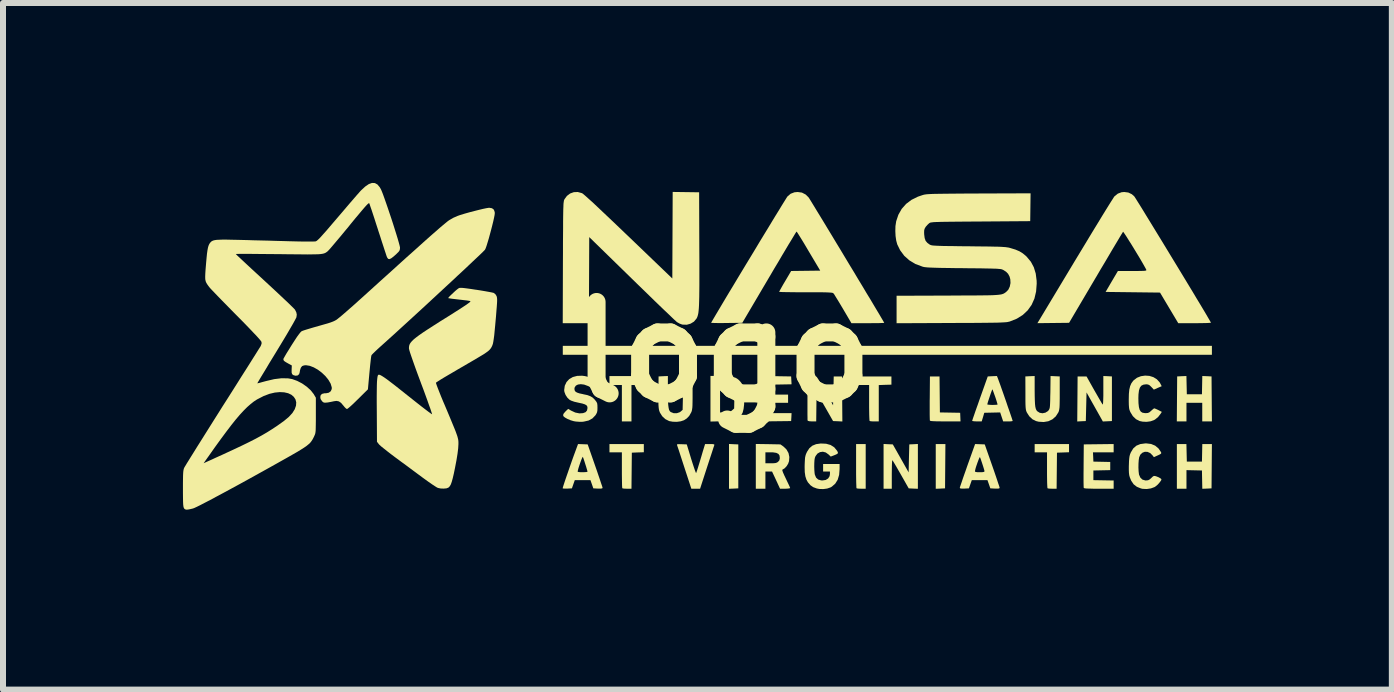
<source format=kicad_pcb>
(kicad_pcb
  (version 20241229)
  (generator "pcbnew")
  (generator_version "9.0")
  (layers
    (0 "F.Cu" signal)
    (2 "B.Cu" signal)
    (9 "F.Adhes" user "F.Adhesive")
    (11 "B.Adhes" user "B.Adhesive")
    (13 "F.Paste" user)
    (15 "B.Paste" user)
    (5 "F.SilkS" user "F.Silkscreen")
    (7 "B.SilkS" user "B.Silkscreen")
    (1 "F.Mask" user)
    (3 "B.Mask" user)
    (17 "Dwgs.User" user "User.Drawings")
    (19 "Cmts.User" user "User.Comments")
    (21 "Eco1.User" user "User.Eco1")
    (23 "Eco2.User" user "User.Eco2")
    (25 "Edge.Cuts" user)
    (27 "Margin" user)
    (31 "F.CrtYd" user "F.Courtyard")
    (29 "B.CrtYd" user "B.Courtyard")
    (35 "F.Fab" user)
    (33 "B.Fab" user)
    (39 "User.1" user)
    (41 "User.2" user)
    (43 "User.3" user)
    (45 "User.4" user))
  (footprint "logo"
    (layer "F.Cu")
    (at 9.001 2.819)
    (property "Reference" "logo" (at 0 0 0) (layer "F.SilkS") (effects (font (size 1.524 1.524) (thickness 0.3))))
    (attr board_only exclude_from_pos_files exclude_from_bom)
    (fp_poly (pts (xy 8.154 0.046) (xy -2.668 0.046) (xy -2.668 -0.103) (xy 8.154 -0.103)) (stroke (width 0) (type solid)) (fill yes) (layer "F.SilkS"))
    (fp_poly (pts (xy 3.705 2.273) (xy 3.627 2.277) (xy 3.55 2.28) (xy 3.55 1.535) (xy 3.711 1.535)) (stroke (width 0) (type solid)) (fill yes) (layer "F.SilkS"))
    (fp_poly (pts (xy 0.18 1.537) (xy 0.258 1.54) (xy 0.258 2.273) (xy 0.18 2.277) (xy 0.103 2.28) (xy 0.103 1.533)) (stroke (width 0) (type solid)) (fill yes) (layer "F.SilkS"))
    (fp_poly (pts (xy -1.317 0.55) (xy -1.523 0.55) (xy -1.523 1.157) (xy -1.683 1.157) (xy -1.683 0.55) (xy -1.89 0.55) (xy -1.89 0.401) (xy -1.317 0.401)) (stroke (width 0) (type solid)) (fill yes) (layer "F.SilkS"))
    (fp_poly (pts (xy 2.382 2.279) (xy 2.309 2.279) (xy 2.271 2.278) (xy 2.241 2.275) (xy 2.229 2.271) (xy 2.227 2.258) (xy 2.226 2.225) (xy 2.224 2.175) (xy 2.223 2.11) (xy 2.222 2.034) (xy 2.222 1.948) (xy 2.222 1.899) (xy 2.222 1.535) (xy 2.382 1.535)) (stroke (width 0) (type solid)) (fill yes) (layer "F.SilkS"))
    (fp_poly (pts (xy 0.89 0.403) (xy 1.139 0.407) (xy 1.146 0.538) (xy 0.977 0.541) (xy 0.807 0.544) (xy 0.801 0.71) (xy 1.088 0.71) (xy 1.088 0.847) (xy 0.802 0.847) (xy 0.802 1.019) (xy 1.146 1.019) (xy 1.143 1.085) (xy 1.139 1.151) (xy 0.641 1.157) (xy 0.641 0.4)) (stroke (width 0) (type solid)) (fill yes) (layer "F.SilkS"))
    (fp_poly (pts (xy 8.071 0.403) (xy 8.148 0.407) (xy 8.154 1.157) (xy 7.993 1.157) (xy 7.993 0.847) (xy 7.73 0.847) (xy 7.73 1.157) (xy 7.569 1.157) (xy 7.572 0.782) (xy 7.575 0.407) (xy 7.652 0.403) (xy 7.729 0.4) (xy 7.736 0.704) (xy 7.988 0.704) (xy 7.994 0.4)) (stroke (width 0) (type solid)) (fill yes) (layer "F.SilkS"))
    (fp_poly (pts (xy 7.736 1.827) (xy 7.988 1.827) (xy 7.994 1.535) (xy 8.154 1.535) (xy 8.151 1.904) (xy 8.148 2.273) (xy 8.071 2.277) (xy 7.994 2.28) (xy 7.991 2.128) (xy 7.988 1.975) (xy 7.859 1.972) (xy 7.73 1.969) (xy 7.73 2.279) (xy 7.57 2.279) (xy 7.57 1.535) (xy 7.729 1.535)) (stroke (width 0) (type solid)) (fill yes) (layer "F.SilkS"))
    (fp_poly (pts (xy 5.772 1.671) (xy 5.571 1.678) (xy 5.568 1.978) (xy 5.565 2.279) (xy 5.493 2.279) (xy 5.454 2.278) (xy 5.425 2.275) (xy 5.413 2.271) (xy 5.411 2.258) (xy 5.409 2.225) (xy 5.407 2.176) (xy 5.406 2.113) (xy 5.405 2.039) (xy 5.405 1.968) (xy 5.405 1.672) (xy 5.199 1.672) (xy 5.199 1.535) (xy 5.772 1.535)) (stroke (width 0) (type solid)) (fill yes) (layer "F.SilkS"))
    (fp_poly (pts (xy -1.317 1.671) (xy -1.417 1.674) (xy -1.517 1.678) (xy -1.52 1.978) (xy -1.523 2.279) (xy -1.596 2.279) (xy -1.635 2.278) (xy -1.664 2.275) (xy -1.676 2.271) (xy -1.678 2.258) (xy -1.68 2.225) (xy -1.681 2.176) (xy -1.682 2.113) (xy -1.683 2.039) (xy -1.683 1.968) (xy -1.683 1.672) (xy -1.89 1.672) (xy -1.89 1.535) (xy -1.317 1.535)) (stroke (width 0) (type solid)) (fill yes) (layer "F.SilkS"))
    (fp_poly (pts (xy 2.811 0.544) (xy 2.705 0.547) (xy 2.6 0.551) (xy 2.6 1.157) (xy 2.527 1.157) (xy 2.488 1.156) (xy 2.459 1.153) (xy 2.447 1.149) (xy 2.445 1.136) (xy 2.443 1.103) (xy 2.441 1.054) (xy 2.44 0.991) (xy 2.439 0.917) (xy 2.439 0.846) (xy 2.439 0.55) (xy 2.232 0.55) (xy 2.235 0.478) (xy 2.239 0.407) (xy 2.811 0.407)) (stroke (width 0) (type solid)) (fill yes) (layer "F.SilkS"))
    (fp_poly (pts (xy 3.616 0.707) (xy 3.619 1.007) (xy 3.957 1.013) (xy 3.96 1.085) (xy 3.963 1.157) (xy 3.711 1.157) (xy 3.623 1.156) (xy 3.556 1.155) (xy 3.508 1.153) (xy 3.476 1.151) (xy 3.458 1.147) (xy 3.452 1.142) (xy 3.451 1.128) (xy 3.45 1.093) (xy 3.449 1.041) (xy 3.449 0.975) (xy 3.449 0.898) (xy 3.449 0.812) (xy 3.45 0.767) (xy 3.453 0.407) (xy 3.613 0.407)) (stroke (width 0) (type solid)) (fill yes) (layer "F.SilkS"))
    (fp_poly (pts (xy 6.416 0.403) (xy 6.487 0.407) (xy 6.487 1.151) (xy 6.336 1.158) (xy 6.2 0.916) (xy 6.064 0.674) (xy 6.052 1.151) (xy 5.981 1.154) (xy 5.909 1.158) (xy 5.912 0.782) (xy 5.915 0.407) (xy 6.064 0.407) (xy 6.192 0.635) (xy 6.23 0.701) (xy 6.264 0.76) (xy 6.293 0.81) (xy 6.315 0.848) (xy 6.329 0.87) (xy 6.332 0.875) (xy 6.337 0.87) (xy 6.34 0.845) (xy 6.342 0.799) (xy 6.344 0.733) (xy 6.344 0.644) (xy 6.344 0.4)) (stroke (width 0) (type solid)) (fill yes) (layer "F.SilkS"))
    (fp_poly (pts (xy 3.252 2.28) (xy 3.176 2.277) (xy 3.099 2.273) (xy 2.969 2.044) (xy 2.931 1.978) (xy 2.897 1.919) (xy 2.868 1.869) (xy 2.845 1.831) (xy 2.831 1.809) (xy 2.828 1.804) (xy 2.824 1.811) (xy 2.821 1.84) (xy 2.819 1.889) (xy 2.818 1.956) (xy 2.817 2.036) (xy 2.817 2.279) (xy 2.68 2.279) (xy 2.68 1.533) (xy 2.757 1.537) (xy 2.834 1.54) (xy 2.966 1.773) (xy 3.098 2.007) (xy 3.103 1.773) (xy 3.109 1.54) (xy 3.181 1.537) (xy 3.252 1.533)) (stroke (width 0) (type solid)) (fill yes) (layer "F.SilkS"))
    (fp_poly (pts (xy 6.516 1.672) (xy 6.171 1.672) (xy 6.175 1.749) (xy 6.178 1.827) (xy 6.459 1.833) (xy 6.459 1.969) (xy 6.178 1.975) (xy 6.178 2.136) (xy 6.347 2.139) (xy 6.516 2.142) (xy 6.516 2.279) (xy 6.269 2.279) (xy 6.183 2.279) (xy 6.117 2.277) (xy 6.07 2.276) (xy 6.039 2.273) (xy 6.022 2.269) (xy 6.017 2.264) (xy 6.016 2.25) (xy 6.015 2.215) (xy 6.014 2.163) (xy 6.014 2.097) (xy 6.014 2.02) (xy 6.015 1.935) (xy 6.015 1.895) (xy 6.018 1.54) (xy 6.267 1.537) (xy 6.516 1.534)) (stroke (width 0) (type solid)) (fill yes) (layer "F.SilkS"))
    (fp_poly (pts (xy 1.522 0.403) (xy 1.553 0.408) (xy 1.564 0.413) (xy 1.573 0.426) (xy 1.593 0.456) (xy 1.619 0.501) (xy 1.652 0.556) (xy 1.688 0.62) (xy 1.709 0.657) (xy 1.838 0.888) (xy 1.844 0.647) (xy 1.849 0.407) (xy 1.987 0.407) (xy 1.99 0.782) (xy 1.993 1.158) (xy 1.915 1.154) (xy 1.838 1.151) (xy 1.563 0.67) (xy 1.557 1.157) (xy 1.488 1.157) (xy 1.443 1.154) (xy 1.418 1.147) (xy 1.414 1.142) (xy 1.412 1.128) (xy 1.412 1.093) (xy 1.411 1.041) (xy 1.411 0.975) (xy 1.411 0.898) (xy 1.411 0.812) (xy 1.411 0.767) (xy 1.414 0.407) (xy 1.481 0.403)) (stroke (width 0) (type solid)) (fill yes) (layer "F.SilkS"))
    (fp_poly (pts (xy -0.173 1.535) (xy -0.15 1.538) (xy -0.141 1.544) (xy -0.142 1.552) (xy -0.147 1.567) (xy -0.158 1.6) (xy -0.174 1.65) (xy -0.195 1.714) (xy -0.22 1.789) (xy -0.247 1.872) (xy -0.264 1.924) (xy -0.379 2.279) (xy -0.525 2.279) (xy -0.641 1.924) (xy -0.669 1.838) (xy -0.695 1.758) (xy -0.718 1.687) (xy -0.737 1.629) (xy -0.752 1.585) (xy -0.761 1.558) (xy -0.763 1.552) (xy -0.764 1.542) (xy -0.755 1.537) (xy -0.731 1.536) (xy -0.689 1.537) (xy -0.686 1.537) (xy -0.601 1.54) (xy -0.527 1.783) (xy -0.505 1.853) (xy -0.485 1.914) (xy -0.468 1.964) (xy -0.455 1.999) (xy -0.447 2.017) (xy -0.445 2.018) (xy -0.44 2.004) (xy -0.429 1.973) (xy -0.415 1.929) (xy -0.399 1.876) (xy -0.396 1.867) (xy -0.376 1.801) (xy -0.356 1.734) (xy -0.338 1.672) (xy -0.325 1.629) (xy -0.296 1.535) (xy -0.216 1.535)) (stroke (width 0) (type solid)) (fill yes) (layer "F.SilkS"))
    (fp_poly (pts (xy -0.504 0.678) (xy -0.504 0.766) (xy -0.505 0.835) (xy -0.506 0.887) (xy -0.508 0.925) (xy -0.512 0.954) (xy -0.516 0.976) (xy -0.522 0.995) (xy -0.528 1.008) (xy -0.561 1.066) (xy -0.602 1.108) (xy -0.647 1.137) (xy -0.701 1.155) (xy -0.766 1.164) (xy -0.834 1.162) (xy -0.896 1.151) (xy -0.897 1.15) (xy -0.958 1.119) (xy -1.01 1.071) (xy -1.048 1.011) (xy -1.06 0.98) (xy -1.066 0.954) (xy -1.07 0.921) (xy -1.073 0.879) (xy -1.074 0.823) (xy -1.075 0.75) (xy -1.074 0.663) (xy -1.071 0.407) (xy -0.993 0.403) (xy -0.916 0.4) (xy -0.916 0.649) (xy -0.916 0.747) (xy -0.914 0.824) (xy -0.91 0.884) (xy -0.904 0.929) (xy -0.897 0.961) (xy -0.886 0.983) (xy -0.872 0.998) (xy -0.867 1.001) (xy -0.819 1.02) (xy -0.767 1.02) (xy -0.719 1.004) (xy -0.702 0.992) (xy -0.67 0.964) (xy -0.664 0.685) (xy -0.658 0.407) (xy -0.581 0.403) (xy -0.504 0.4)) (stroke (width 0) (type solid)) (fill yes) (layer "F.SilkS"))
    (fp_poly (pts (xy 0.755 1.536) (xy 0.96 1.54) (xy 1.01 1.575) (xy 1.061 1.624) (xy 1.095 1.684) (xy 1.109 1.75) (xy 1.104 1.819) (xy 1.089 1.862) (xy 1.063 1.904) (xy 1.029 1.94) (xy 0.993 1.961) (xy 0.993 1.962) (xy 0.992 1.974) (xy 1.002 2.005) (xy 1.024 2.055) (xy 1.051 2.111) (xy 1.076 2.164) (xy 1.098 2.21) (xy 1.114 2.245) (xy 1.122 2.265) (xy 1.122 2.268) (xy 1.112 2.273) (xy 1.083 2.277) (xy 1.042 2.279) (xy 1.038 2.279) (xy 0.954 2.279) (xy 0.888 2.136) (xy 0.821 1.993) (xy 0.71 1.993) (xy 0.71 2.279) (xy 0.55 2.279) (xy 0.55 1.855) (xy 0.71 1.855) (xy 0.8 1.855) (xy 0.85 1.854) (xy 0.883 1.85) (xy 0.906 1.841) (xy 0.92 1.831) (xy 0.942 1.807) (xy 0.95 1.775) (xy 0.95 1.764) (xy 0.945 1.725) (xy 0.926 1.698) (xy 0.891 1.681) (xy 0.839 1.673) (xy 0.8 1.672) (xy 0.71 1.672) (xy 0.71 1.855) (xy 0.55 1.855) (xy 0.55 1.533)) (stroke (width 0) (type solid)) (fill yes) (layer "F.SilkS"))
    (fp_poly (pts (xy -0.02 0.403) (xy 0.062 0.406) (xy 0.124 0.41) (xy 0.172 0.417) (xy 0.209 0.428) (xy 0.238 0.444) (xy 0.265 0.465) (xy 0.289 0.49) (xy 0.315 0.524) (xy 0.334 0.56) (xy 0.346 0.604) (xy 0.354 0.659) (xy 0.357 0.73) (xy 0.357 0.779) (xy 0.355 0.874) (xy 0.346 0.949) (xy 0.331 1.008) (xy 0.307 1.054) (xy 0.275 1.091) (xy 0.231 1.121) (xy 0.229 1.122) (xy 0.208 1.133) (xy 0.188 1.141) (xy 0.164 1.146) (xy 0.133 1.15) (xy 0.089 1.152) (xy 0.028 1.154) (xy -0.014 1.155) (xy -0.206 1.159) (xy -0.206 1.008) (xy -0.046 1.008) (xy 0.034 1.008) (xy 0.078 1.007) (xy 0.107 1.002) (xy 0.129 0.992) (xy 0.152 0.974) (xy 0.189 0.941) (xy 0.192 0.794) (xy 0.193 0.732) (xy 0.193 0.688) (xy 0.19 0.657) (xy 0.185 0.635) (xy 0.177 0.617) (xy 0.172 0.61) (xy 0.148 0.579) (xy 0.116 0.561) (xy 0.071 0.552) (xy 0.022 0.55) (xy -0.046 0.55) (xy -0.046 1.008) (xy -0.206 1.008) (xy -0.206 0.398)) (stroke (width 0) (type solid)) (fill yes) (layer "F.SilkS"))
    (fp_poly (pts (xy 5.199 0.638) (xy 5.2 0.734) (xy 5.202 0.81) (xy 5.205 0.869) (xy 5.21 0.913) (xy 5.218 0.946) (xy 5.228 0.969) (xy 5.241 0.986) (xy 5.242 0.987) (xy 5.283 1.013) (xy 5.33 1.021) (xy 5.378 1.011) (xy 5.42 0.985) (xy 5.433 0.97) (xy 5.44 0.958) (xy 5.446 0.945) (xy 5.451 0.926) (xy 5.454 0.899) (xy 5.456 0.861) (xy 5.458 0.809) (xy 5.459 0.739) (xy 5.461 0.669) (xy 5.464 0.4) (xy 5.617 0.407) (xy 5.617 0.681) (xy 5.617 0.769) (xy 5.616 0.837) (xy 5.615 0.888) (xy 5.613 0.926) (xy 5.609 0.955) (xy 5.605 0.976) (xy 5.599 0.995) (xy 5.593 1.008) (xy 5.551 1.073) (xy 5.495 1.122) (xy 5.427 1.154) (xy 5.35 1.167) (xy 5.267 1.162) (xy 5.222 1.151) (xy 5.162 1.121) (xy 5.11 1.072) (xy 5.07 1.01) (xy 5.069 1.008) (xy 5.061 0.99) (xy 5.055 0.971) (xy 5.051 0.948) (xy 5.048 0.918) (xy 5.046 0.877) (xy 5.045 0.822) (xy 5.045 0.751) (xy 5.045 0.681) (xy 5.044 0.407) (xy 5.122 0.403) (xy 5.199 0.4)) (stroke (width 0) (type solid)) (fill yes) (layer "F.SilkS"))
    (fp_poly (pts (xy 4.286 1.537) (xy 4.367 1.54) (xy 4.491 1.894) (xy 4.521 1.98) (xy 4.548 2.059) (xy 4.572 2.13) (xy 4.591 2.188) (xy 4.606 2.231) (xy 4.614 2.258) (xy 4.615 2.264) (xy 4.61 2.273) (xy 4.591 2.277) (xy 4.554 2.277) (xy 4.538 2.277) (xy 4.46 2.273) (xy 4.436 2.204) (xy 4.412 2.136) (xy 4.151 2.136) (xy 4.127 2.204) (xy 4.103 2.273) (xy 4.027 2.277) (xy 3.983 2.277) (xy 3.959 2.274) (xy 3.951 2.266) (xy 3.951 2.265) (xy 3.954 2.251) (xy 3.965 2.218) (xy 3.982 2.169) (xy 4.003 2.106) (xy 4.029 2.032) (xy 4.044 1.99) (xy 4.203 1.99) (xy 4.211 1.998) (xy 4.238 2.003) (xy 4.283 2.004) (xy 4.328 2.003) (xy 4.354 1.998) (xy 4.363 1.99) (xy 4.363 1.989) (xy 4.36 1.973) (xy 4.351 1.942) (xy 4.338 1.9) (xy 4.323 1.854) (xy 4.308 1.809) (xy 4.295 1.772) (xy 4.287 1.752) (xy 4.282 1.756) (xy 4.271 1.778) (xy 4.258 1.811) (xy 4.243 1.852) (xy 4.228 1.895) (xy 4.215 1.936) (xy 4.207 1.969) (xy 4.203 1.99) (xy 4.044 1.99) (xy 4.058 1.95) (xy 4.078 1.892) (xy 4.206 1.534)) (stroke (width 0) (type solid)) (fill yes) (layer "F.SilkS"))
    (fp_poly (pts (xy 7.112 0.398) (xy 7.179 0.419) (xy 7.237 0.455) (xy 7.283 0.506) (xy 7.295 0.527) (xy 7.317 0.57) (xy 7.251 0.598) (xy 7.186 0.627) (xy 7.145 0.583) (xy 7.116 0.555) (xy 7.091 0.542) (xy 7.061 0.538) (xy 7.059 0.538) (xy 7.013 0.544) (xy 6.978 0.561) (xy 6.954 0.592) (xy 6.938 0.64) (xy 6.93 0.706) (xy 6.928 0.77) (xy 6.93 0.853) (xy 6.937 0.917) (xy 6.949 0.962) (xy 6.968 0.993) (xy 6.995 1.011) (xy 7.032 1.018) (xy 7.052 1.019) (xy 7.087 1.016) (xy 7.114 1.004) (xy 7.142 0.979) (xy 7.168 0.956) (xy 7.187 0.941) (xy 7.193 0.939) (xy 7.209 0.944) (xy 7.237 0.956) (xy 7.262 0.968) (xy 7.319 0.998) (xy 7.3 1.028) (xy 7.256 1.085) (xy 7.206 1.125) (xy 7.186 1.136) (xy 7.132 1.155) (xy 7.066 1.164) (xy 7 1.161) (xy 6.951 1.151) (xy 6.889 1.12) (xy 6.836 1.069) (xy 6.795 1.002) (xy 6.784 0.976) (xy 6.776 0.951) (xy 6.772 0.921) (xy 6.769 0.881) (xy 6.768 0.827) (xy 6.768 0.788) (xy 6.77 0.697) (xy 6.777 0.625) (xy 6.791 0.568) (xy 6.811 0.522) (xy 6.839 0.483) (xy 6.848 0.473) (xy 6.905 0.429) (xy 6.971 0.403) (xy 7.041 0.393)) (stroke (width 0) (type solid)) (fill yes) (layer "F.SilkS"))
    (fp_poly (pts (xy -2.334 1.537) (xy -2.253 1.54) (xy -2.129 1.895) (xy -2.099 1.981) (xy -2.072 2.061) (xy -2.048 2.131) (xy -2.029 2.189) (xy -2.014 2.232) (xy -2.006 2.259) (xy -2.005 2.265) (xy -2.011 2.273) (xy -2.032 2.277) (xy -2.072 2.277) (xy -2.081 2.277) (xy -2.159 2.273) (xy -2.183 2.204) (xy -2.207 2.136) (xy -2.468 2.136) (xy -2.492 2.204) (xy -2.516 2.273) (xy -2.59 2.277) (xy -2.629 2.277) (xy -2.658 2.276) (xy -2.67 2.273) (xy -2.668 2.262) (xy -2.659 2.231) (xy -2.644 2.185) (xy -2.624 2.125) (xy -2.6 2.055) (xy -2.578 1.992) (xy -2.42 1.992) (xy -2.42 1.995) (xy -2.407 2) (xy -2.379 2.003) (xy -2.343 2.004) (xy -2.307 2.003) (xy -2.276 2.001) (xy -2.258 1.997) (xy -2.256 1.995) (xy -2.259 1.98) (xy -2.268 1.949) (xy -2.28 1.908) (xy -2.295 1.862) (xy -2.309 1.817) (xy -2.322 1.779) (xy -2.331 1.754) (xy -2.334 1.747) (xy -2.339 1.753) (xy -2.35 1.775) (xy -2.364 1.81) (xy -2.379 1.852) (xy -2.394 1.896) (xy -2.407 1.937) (xy -2.416 1.971) (xy -2.42 1.992) (xy -2.578 1.992) (xy -2.573 1.977) (xy -2.544 1.894) (xy -2.514 1.808) (xy -2.484 1.724) (xy -2.454 1.643) (xy -2.432 1.583) (xy -2.414 1.534)) (stroke (width 0) (type solid)) (fill yes) (layer "F.SilkS"))
    (fp_poly (pts (xy 1.722 1.529) (xy 1.797 1.55) (xy 1.858 1.589) (xy 1.904 1.645) (xy 1.912 1.659) (xy 1.919 1.677) (xy 1.917 1.69) (xy 1.901 1.702) (xy 1.87 1.716) (xy 1.847 1.725) (xy 1.799 1.743) (xy 1.764 1.709) (xy 1.717 1.675) (xy 1.668 1.662) (xy 1.62 1.669) (xy 1.578 1.693) (xy 1.546 1.735) (xy 1.534 1.765) (xy 1.528 1.801) (xy 1.525 1.852) (xy 1.524 1.91) (xy 1.526 1.969) (xy 1.53 2.019) (xy 1.534 2.044) (xy 1.555 2.094) (xy 1.59 2.126) (xy 1.639 2.14) (xy 1.662 2.141) (xy 1.715 2.133) (xy 1.756 2.108) (xy 1.78 2.07) (xy 1.786 2.034) (xy 1.786 1.993) (xy 1.672 1.993) (xy 1.672 1.867) (xy 1.947 1.867) (xy 1.947 1.95) (xy 1.939 2.048) (xy 1.915 2.13) (xy 1.874 2.195) (xy 1.818 2.244) (xy 1.796 2.257) (xy 1.741 2.276) (xy 1.675 2.285) (xy 1.608 2.283) (xy 1.567 2.275) (xy 1.507 2.253) (xy 1.461 2.221) (xy 1.421 2.175) (xy 1.42 2.175) (xy 1.394 2.128) (xy 1.376 2.072) (xy 1.366 2.002) (xy 1.364 1.915) (xy 1.365 1.866) (xy 1.368 1.806) (xy 1.371 1.762) (xy 1.378 1.729) (xy 1.387 1.7) (xy 1.402 1.668) (xy 1.403 1.665) (xy 1.443 1.604) (xy 1.492 1.562) (xy 1.555 1.536) (xy 1.633 1.525)) (stroke (width 0) (type solid)) (fill yes) (layer "F.SilkS"))
    (fp_poly (pts (xy 4.585 0.437) (xy 4.593 0.459) (xy 4.607 0.497) (xy 4.626 0.549) (xy 4.648 0.612) (xy 4.673 0.682) (xy 4.699 0.757) (xy 4.726 0.834) (xy 4.751 0.909) (xy 4.776 0.979) (xy 4.797 1.041) (xy 4.814 1.091) (xy 4.826 1.128) (xy 4.832 1.147) (xy 4.833 1.149) (xy 4.822 1.153) (xy 4.795 1.156) (xy 4.756 1.157) (xy 4.753 1.157) (xy 4.674 1.157) (xy 4.649 1.082) (xy 4.624 1.007) (xy 4.492 1.01) (xy 4.359 1.013) (xy 4.338 1.085) (xy 4.316 1.157) (xy 4.237 1.157) (xy 4.197 1.155) (xy 4.169 1.152) (xy 4.157 1.148) (xy 4.157 1.147) (xy 4.161 1.135) (xy 4.171 1.103) (xy 4.188 1.055) (xy 4.209 0.993) (xy 4.235 0.92) (xy 4.252 0.873) (xy 4.409 0.873) (xy 4.419 0.877) (xy 4.447 0.88) (xy 4.487 0.882) (xy 4.495 0.882) (xy 4.536 0.881) (xy 4.566 0.879) (xy 4.58 0.876) (xy 4.581 0.876) (xy 4.577 0.861) (xy 4.568 0.83) (xy 4.556 0.791) (xy 4.541 0.746) (xy 4.525 0.702) (xy 4.511 0.663) (xy 4.5 0.634) (xy 4.494 0.622) (xy 4.494 0.621) (xy 4.488 0.634) (xy 4.477 0.663) (xy 4.463 0.702) (xy 4.448 0.747) (xy 4.433 0.792) (xy 4.42 0.832) (xy 4.412 0.861) (xy 4.409 0.873) (xy 4.252 0.873) (xy 4.264 0.838) (xy 4.287 0.772) (xy 4.417 0.407) (xy 4.494 0.403) (xy 4.57 0.4)) (stroke (width 0) (type solid)) (fill yes) (layer "F.SilkS"))
    (fp_poly (pts (xy 7.14 1.533) (xy 7.208 1.561) (xy 7.264 1.608) (xy 7.305 1.668) (xy 7.31 1.683) (xy 7.306 1.694) (xy 7.288 1.706) (xy 7.253 1.723) (xy 7.252 1.723) (xy 7.187 1.753) (xy 7.165 1.724) (xy 7.126 1.685) (xy 7.081 1.665) (xy 7.036 1.663) (xy 6.995 1.679) (xy 6.961 1.711) (xy 6.941 1.756) (xy 6.934 1.802) (xy 6.93 1.862) (xy 6.929 1.928) (xy 6.932 1.989) (xy 6.938 2.039) (xy 6.939 2.044) (xy 6.961 2.094) (xy 6.996 2.127) (xy 7.044 2.141) (xy 7.056 2.141) (xy 7.089 2.138) (xy 7.117 2.124) (xy 7.144 2.1) (xy 7.169 2.076) (xy 7.187 2.066) (xy 7.206 2.067) (xy 7.23 2.074) (xy 7.265 2.088) (xy 7.293 2.104) (xy 7.298 2.107) (xy 7.31 2.118) (xy 7.312 2.13) (xy 7.303 2.147) (xy 7.281 2.176) (xy 7.281 2.176) (xy 7.25 2.211) (xy 7.214 2.241) (xy 7.197 2.252) (xy 7.137 2.274) (xy 7.068 2.284) (xy 6.999 2.281) (xy 6.972 2.275) (xy 6.903 2.247) (xy 6.849 2.205) (xy 6.809 2.146) (xy 6.785 2.088) (xy 6.776 2.055) (xy 6.771 2.017) (xy 6.769 1.969) (xy 6.769 1.906) (xy 6.77 1.881) (xy 6.772 1.818) (xy 6.776 1.771) (xy 6.781 1.736) (xy 6.789 1.707) (xy 6.801 1.677) (xy 6.804 1.671) (xy 6.843 1.607) (xy 6.894 1.562) (xy 6.959 1.535) (xy 7.039 1.524) (xy 7.059 1.523)) (stroke (width 0) (type solid)) (fill yes) (layer "F.SilkS"))
    (fp_poly (pts (xy -0.615 -2.666) (xy -0.395 -2.663) (xy -0.392 -1.723) (xy -0.391 -1.541) (xy -0.391 -1.38) (xy -0.391 -1.238) (xy -0.391 -1.116) (xy -0.392 -1.01) (xy -0.393 -0.92) (xy -0.395 -0.844) (xy -0.397 -0.78) (xy -0.4 -0.728) (xy -0.404 -0.685) (xy -0.408 -0.65) (xy -0.414 -0.622) (xy -0.42 -0.6) (xy -0.427 -0.581) (xy -0.435 -0.564) (xy -0.44 -0.556) (xy -0.481 -0.507) (xy -0.537 -0.473) (xy -0.6 -0.455) (xy -0.668 -0.457) (xy -0.68 -0.459) (xy -0.718 -0.473) (xy -0.758 -0.495) (xy -0.767 -0.501) (xy -0.781 -0.514) (xy -0.811 -0.541) (xy -0.854 -0.582) (xy -0.91 -0.636) (xy -0.978 -0.7) (xy -1.055 -0.774) (xy -1.141 -0.857) (xy -1.234 -0.948) (xy -1.334 -1.045) (xy -1.438 -1.146) (xy -1.518 -1.224) (xy -2.227 -1.916) (xy -2.233 -0.481) (xy -2.669 -0.481) (xy -2.666 -1.492) (xy -2.665 -1.667) (xy -2.665 -1.821) (xy -2.664 -1.955) (xy -2.663 -2.07) (xy -2.663 -2.168) (xy -2.662 -2.251) (xy -2.661 -2.32) (xy -2.66 -2.376) (xy -2.658 -2.421) (xy -2.657 -2.457) (xy -2.655 -2.484) (xy -2.652 -2.504) (xy -2.65 -2.52) (xy -2.647 -2.531) (xy -2.643 -2.54) (xy -2.64 -2.547) (xy -2.599 -2.603) (xy -2.546 -2.643) (xy -2.485 -2.665) (xy -2.419 -2.668) (xy -2.353 -2.65) (xy -2.345 -2.647) (xy -2.327 -2.634) (xy -2.293 -2.605) (xy -2.243 -2.56) (xy -2.177 -2.501) (xy -2.097 -2.426) (xy -2.002 -2.336) (xy -1.892 -2.232) (xy -1.768 -2.114) (xy -1.63 -1.982) (xy -1.569 -1.924) (xy -0.842 -1.226) (xy -0.839 -1.947) (xy -0.836 -2.669)) (stroke (width 0) (type solid)) (fill yes) (layer "F.SilkS"))
    (fp_poly (pts (xy -2.3 0.401) (xy -2.262 0.41) (xy -2.22 0.424) (xy -2.179 0.44) (xy -2.145 0.456) (xy -2.123 0.469) (xy -2.119 0.476) (xy -2.124 0.487) (xy -2.139 0.512) (xy -2.155 0.537) (xy -2.192 0.592) (xy -2.252 0.565) (xy -2.312 0.543) (xy -2.368 0.536) (xy -2.415 0.542) (xy -2.45 0.56) (xy -2.47 0.59) (xy -2.474 0.613) (xy -2.47 0.64) (xy -2.457 0.66) (xy -2.431 0.676) (xy -2.389 0.69) (xy -2.327 0.703) (xy -2.326 0.704) (xy -2.259 0.718) (xy -2.21 0.736) (xy -2.171 0.759) (xy -2.138 0.791) (xy -2.126 0.806) (xy -2.106 0.832) (xy -2.095 0.856) (xy -2.091 0.887) (xy -2.09 0.928) (xy -2.091 0.973) (xy -2.097 1.005) (xy -2.11 1.033) (xy -2.124 1.055) (xy -2.174 1.107) (xy -2.238 1.142) (xy -2.317 1.16) (xy -2.343 1.163) (xy -2.395 1.163) (xy -2.45 1.159) (xy -2.485 1.153) (xy -2.539 1.137) (xy -2.591 1.115) (xy -2.632 1.092) (xy -2.656 1.072) (xy -2.663 1.052) (xy -2.655 1.028) (xy -2.628 0.996) (xy -2.613 0.981) (xy -2.579 0.948) (xy -2.529 0.977) (xy -2.46 1.009) (xy -2.391 1.023) (xy -2.331 1.019) (xy -2.288 1.003) (xy -2.264 0.975) (xy -2.256 0.933) (xy -2.256 0.931) (xy -2.26 0.907) (xy -2.273 0.888) (xy -2.299 0.873) (xy -2.341 0.859) (xy -2.402 0.846) (xy -2.415 0.843) (xy -2.476 0.829) (xy -2.527 0.811) (xy -2.554 0.797) (xy -2.591 0.762) (xy -2.622 0.715) (xy -2.641 0.665) (xy -2.645 0.635) (xy -2.635 0.562) (xy -2.606 0.501) (xy -2.561 0.452) (xy -2.501 0.417) (xy -2.429 0.398) (xy -2.347 0.395)) (stroke (width 0) (type solid)) (fill yes) (layer "F.SilkS"))
    (fp_poly (pts (xy 6.761 -2.659) (xy 6.819 -2.631) (xy 6.857 -2.598) (xy 6.867 -2.585) (xy 6.886 -2.555) (xy 6.916 -2.507) (xy 6.955 -2.445) (xy 7.002 -2.369) (xy 7.055 -2.282) (xy 7.115 -2.184) (xy 7.18 -2.078) (xy 7.249 -1.965) (xy 7.322 -1.846) (xy 7.396 -1.724) (xy 7.472 -1.599) (xy 7.548 -1.474) (xy 7.624 -1.349) (xy 7.698 -1.227) (xy 7.77 -1.108) (xy 7.838 -0.996) (xy 7.901 -0.89) (xy 7.96 -0.793) (xy 8.012 -0.706) (xy 8.056 -0.632) (xy 8.092 -0.57) (xy 8.119 -0.524) (xy 8.136 -0.494) (xy 8.139 -0.49) (xy 8.129 -0.487) (xy 8.1 -0.485) (xy 8.054 -0.483) (xy 7.994 -0.482) (xy 7.923 -0.481) (xy 7.868 -0.481) (xy 7.593 -0.481) (xy 7.441 -0.736) (xy 7.289 -0.991) (xy 6.382 -1.002) (xy 6.484 -1.177) (xy 6.587 -1.351) (xy 6.828 -1.351) (xy 6.908 -1.351) (xy 6.968 -1.352) (xy 7.011 -1.353) (xy 7.039 -1.355) (xy 7.055 -1.359) (xy 7.061 -1.363) (xy 7.061 -1.369) (xy 7.061 -1.37) (xy 7.051 -1.39) (xy 7.031 -1.426) (xy 7.004 -1.474) (xy 6.971 -1.531) (xy 6.933 -1.595) (xy 6.892 -1.662) (xy 6.851 -1.73) (xy 6.81 -1.797) (xy 6.771 -1.858) (xy 6.737 -1.913) (xy 6.708 -1.957) (xy 6.687 -1.988) (xy 6.675 -2.004) (xy 6.673 -2.005) (xy 6.666 -1.994) (xy 6.648 -1.965) (xy 6.62 -1.919) (xy 6.584 -1.858) (xy 6.539 -1.783) (xy 6.487 -1.696) (xy 6.43 -1.599) (xy 6.367 -1.492) (xy 6.299 -1.379) (xy 6.229 -1.259) (xy 6.218 -1.241) (xy 5.773 -0.487) (xy 5.509 -0.484) (xy 5.245 -0.481) (xy 5.87 -1.52) (xy 5.956 -1.662) (xy 6.039 -1.799) (xy 6.118 -1.93) (xy 6.192 -2.052) (xy 6.262 -2.166) (xy 6.325 -2.27) (xy 6.381 -2.361) (xy 6.43 -2.44) (xy 6.47 -2.504) (xy 6.501 -2.552) (xy 6.521 -2.584) (xy 6.53 -2.596) (xy 6.586 -2.641) (xy 6.648 -2.664) (xy 6.693 -2.668)) (stroke (width 0) (type solid)) (fill yes) (layer "F.SilkS"))
    (fp_poly (pts (xy 1.319 -2.658) (xy 1.381 -2.626) (xy 1.428 -2.58) (xy 1.438 -2.566) (xy 1.458 -2.534) (xy 1.488 -2.485) (xy 1.526 -2.423) (xy 1.572 -2.347) (xy 1.626 -2.259) (xy 1.685 -2.162) (xy 1.749 -2.056) (xy 1.817 -1.944) (xy 1.888 -1.826) (xy 1.962 -1.704) (xy 2.036 -1.581) (xy 2.111 -1.456) (xy 2.186 -1.333) (xy 2.258 -1.212) (xy 2.329 -1.095) (xy 2.395 -0.984) (xy 2.458 -0.881) (xy 2.515 -0.785) (xy 2.565 -0.701) (xy 2.609 -0.628) (xy 2.644 -0.568) (xy 2.67 -0.524) (xy 2.686 -0.496) (xy 2.691 -0.486) (xy 2.68 -0.485) (xy 2.65 -0.484) (xy 2.602 -0.482) (xy 2.541 -0.482) (xy 2.47 -0.481) (xy 2.418 -0.481) (xy 2.144 -0.481) (xy 2.004 -0.719) (xy 1.964 -0.786) (xy 1.927 -0.848) (xy 1.894 -0.901) (xy 1.869 -0.942) (xy 1.852 -0.969) (xy 1.846 -0.976) (xy 1.84 -0.981) (xy 1.831 -0.986) (xy 1.816 -0.989) (xy 1.793 -0.991) (xy 1.76 -0.993) (xy 1.715 -0.995) (xy 1.656 -0.996) (xy 1.579 -0.996) (xy 1.485 -0.996) (xy 1.384 -0.996) (xy 1.285 -0.996) (xy 1.195 -0.997) (xy 1.114 -0.998) (xy 1.045 -0.999) (xy 0.992 -1) (xy 0.956 -1.002) (xy 0.94 -1.003) (xy 0.939 -1.004) (xy 0.945 -1.016) (xy 0.96 -1.044) (xy 0.983 -1.085) (xy 1.012 -1.136) (xy 1.039 -1.181) (xy 1.139 -1.351) (xy 1.381 -1.354) (xy 1.624 -1.357) (xy 1.43 -1.683) (xy 1.384 -1.761) (xy 1.341 -1.833) (xy 1.303 -1.895) (xy 1.271 -1.946) (xy 1.248 -1.983) (xy 1.233 -2.004) (xy 1.229 -2.008) (xy 1.222 -1.998) (xy 1.204 -1.97) (xy 1.177 -1.925) (xy 1.141 -1.865) (xy 1.096 -1.792) (xy 1.045 -1.706) (xy 0.987 -1.609) (xy 0.925 -1.503) (xy 0.857 -1.39) (xy 0.787 -1.27) (xy 0.773 -1.247) (xy 0.325 -0.487) (xy 0.065 -0.484) (xy -0.009 -0.483) (xy -0.075 -0.483) (xy -0.13 -0.484) (xy -0.17 -0.485) (xy -0.192 -0.487) (xy -0.195 -0.488) (xy -0.189 -0.499) (xy -0.172 -0.528) (xy -0.145 -0.574) (xy -0.109 -0.635) (xy -0.065 -0.709) (xy -0.014 -0.795) (xy 0.043 -0.891) (xy 0.106 -0.996) (xy 0.174 -1.108) (xy 0.244 -1.225) (xy 0.317 -1.346) (xy 0.392 -1.47) (xy 0.468 -1.595) (xy 0.543 -1.719) (xy 0.616 -1.841) (xy 0.688 -1.959) (xy 0.757 -2.072) (xy 0.821 -2.178) (xy 0.88 -2.275) (xy 0.934 -2.362) (xy 0.98 -2.438) (xy 1.019 -2.501) (xy 1.049 -2.549) (xy 1.069 -2.581) (xy 1.079 -2.595) (xy 1.079 -2.595) (xy 1.131 -2.639) (xy 1.194 -2.663) (xy 1.248 -2.668)) (stroke (width 0) (type solid)) (fill yes) (layer "F.SilkS"))
    (fp_poly (pts (xy 5.128 -2.414) (xy 5.125 -2.182) (xy 4.298 -2.176) (xy 4.141 -2.175) (xy 4.005 -2.174) (xy 3.888 -2.173) (xy 3.79 -2.172) (xy 3.708 -2.171) (xy 3.641 -2.17) (xy 3.587 -2.168) (xy 3.544 -2.167) (xy 3.512 -2.165) (xy 3.488 -2.162) (xy 3.471 -2.16) (xy 3.458 -2.157) (xy 3.45 -2.153) (xy 3.443 -2.149) (xy 3.439 -2.146) (xy 3.411 -2.12) (xy 3.383 -2.088) (xy 3.38 -2.083) (xy 3.366 -2.059) (xy 3.358 -2.034) (xy 3.356 -2.001) (xy 3.357 -1.962) (xy 3.365 -1.9) (xy 3.381 -1.854) (xy 3.411 -1.819) (xy 3.448 -1.792) (xy 3.458 -1.787) (xy 3.468 -1.783) (xy 3.483 -1.779) (xy 3.503 -1.776) (xy 3.53 -1.774) (xy 3.566 -1.772) (xy 3.614 -1.77) (xy 3.675 -1.768) (xy 3.751 -1.767) (xy 3.844 -1.766) (xy 3.955 -1.764) (xy 4.088 -1.763) (xy 4.1 -1.763) (xy 4.235 -1.761) (xy 4.349 -1.76) (xy 4.444 -1.759) (xy 4.523 -1.757) (xy 4.587 -1.756) (xy 4.639 -1.754) (xy 4.68 -1.751) (xy 4.713 -1.749) (xy 4.739 -1.745) (xy 4.762 -1.742) (xy 4.782 -1.737) (xy 4.799 -1.732) (xy 4.881 -1.707) (xy 4.946 -1.679) (xy 5.001 -1.645) (xy 5.053 -1.602) (xy 5.068 -1.587) (xy 5.136 -1.505) (xy 5.185 -1.413) (xy 5.217 -1.308) (xy 5.232 -1.189) (xy 5.233 -1.139) (xy 5.223 -1.009) (xy 5.195 -0.891) (xy 5.148 -0.786) (xy 5.083 -0.695) (xy 5.001 -0.618) (xy 4.902 -0.556) (xy 4.787 -0.51) (xy 4.781 -0.508) (xy 4.767 -0.505) (xy 4.751 -0.501) (xy 4.731 -0.498) (xy 4.706 -0.496) (xy 4.673 -0.494) (xy 4.633 -0.492) (xy 4.582 -0.49) (xy 4.519 -0.489) (xy 4.443 -0.488) (xy 4.353 -0.487) (xy 4.245 -0.486) (xy 4.12 -0.485) (xy 3.975 -0.485) (xy 3.808 -0.484) (xy 3.805 -0.484) (xy 2.897 -0.48) (xy 2.897 -0.938) (xy 3.759 -0.941) (xy 3.922 -0.942) (xy 4.063 -0.943) (xy 4.185 -0.943) (xy 4.289 -0.944) (xy 4.376 -0.945) (xy 4.449 -0.946) (xy 4.508 -0.948) (xy 4.557 -0.951) (xy 4.595 -0.954) (xy 4.625 -0.958) (xy 4.648 -0.962) (xy 4.667 -0.968) (xy 4.682 -0.974) (xy 4.696 -0.982) (xy 4.709 -0.991) (xy 4.722 -1) (xy 4.759 -1.038) (xy 4.784 -1.09) (xy 4.796 -1.15) (xy 4.793 -1.212) (xy 4.781 -1.257) (xy 4.756 -1.304) (xy 4.723 -1.338) (xy 4.678 -1.367) (xy 4.667 -1.372) (xy 4.656 -1.377) (xy 4.642 -1.381) (xy 4.623 -1.384) (xy 4.598 -1.386) (xy 4.564 -1.389) (xy 4.52 -1.39) (xy 4.463 -1.392) (xy 4.392 -1.393) (xy 4.304 -1.395) (xy 4.199 -1.396) (xy 4.073 -1.397) (xy 4.014 -1.398) (xy 3.876 -1.399) (xy 3.759 -1.401) (xy 3.661 -1.402) (xy 3.581 -1.404) (xy 3.515 -1.406) (xy 3.462 -1.408) (xy 3.42 -1.41) (xy 3.388 -1.413) (xy 3.362 -1.416) (xy 3.342 -1.42) (xy 3.328 -1.424) (xy 3.21 -1.468) (xy 3.109 -1.529) (xy 3.024 -1.605) (xy 2.956 -1.697) (xy 2.908 -1.795) (xy 2.891 -1.858) (xy 2.88 -1.934) (xy 2.876 -2.017) (xy 2.878 -2.099) (xy 2.889 -2.171) (xy 2.89 -2.179) (xy 2.927 -2.289) (xy 2.982 -2.386) (xy 3.055 -2.469) (xy 3.145 -2.537) (xy 3.252 -2.59) (xy 3.326 -2.615) (xy 3.342 -2.62) (xy 3.358 -2.624) (xy 3.377 -2.627) (xy 3.399 -2.63) (xy 3.427 -2.632) (xy 3.462 -2.634) (xy 3.506 -2.636) (xy 3.56 -2.637) (xy 3.627 -2.638) (xy 3.707 -2.639) (xy 3.803 -2.64) (xy 3.916 -2.641) (xy 4.048 -2.642) (xy 4.2 -2.642) (xy 4.269 -2.643) (xy 5.131 -2.646)) (stroke (width 0) (type solid)) (fill yes) (layer "F.SilkS"))
    (fp_poly (pts (xy -3.848 -2.397) (xy -3.817 -2.373) (xy -3.803 -2.333) (xy -3.802 -2.313) (xy -3.805 -2.285) (xy -3.814 -2.239) (xy -3.827 -2.18) (xy -3.844 -2.111) (xy -3.863 -2.037) (xy -3.883 -1.962) (xy -3.903 -1.889) (xy -3.923 -1.823) (xy -3.94 -1.768) (xy -3.955 -1.727) (xy -3.964 -1.708) (xy -3.975 -1.695) (xy -4.002 -1.668) (xy -4.043 -1.628) (xy -4.098 -1.576) (xy -4.164 -1.514) (xy -4.24 -1.442) (xy -4.325 -1.362) (xy -4.418 -1.276) (xy -4.517 -1.183) (xy -4.621 -1.087) (xy -4.729 -0.987) (xy -4.839 -0.885) (xy -4.95 -0.782) (xy -5.061 -0.68) (xy -5.17 -0.58) (xy -5.277 -0.482) (xy -5.379 -0.389) (xy -5.475 -0.301) (xy -5.565 -0.22) (xy -5.647 -0.146) (xy -5.705 -0.094) (xy -5.754 -0.05) (xy -5.796 -0.01) (xy -5.83 0.023) (xy -5.852 0.046) (xy -5.858 0.055) (xy -5.862 0.071) (xy -5.867 0.107) (xy -5.873 0.159) (xy -5.88 0.224) (xy -5.887 0.297) (xy -5.892 0.348) (xy -5.917 0.622) (xy -6.083 0.786) (xy -6.134 0.836) (xy -6.18 0.88) (xy -6.219 0.915) (xy -6.248 0.939) (xy -6.265 0.95) (xy -6.266 0.95) (xy -6.282 0.942) (xy -6.305 0.919) (xy -6.328 0.891) (xy -6.366 0.847) (xy -6.401 0.823) (xy -6.44 0.815) (xy -6.488 0.821) (xy -6.49 0.822) (xy -6.537 0.832) (xy -6.587 0.841) (xy -6.598 0.842) (xy -6.633 0.845) (xy -6.656 0.841) (xy -6.677 0.825) (xy -6.681 0.821) (xy -6.706 0.784) (xy -6.711 0.75) (xy -6.704 0.718) (xy -6.682 0.698) (xy -6.643 0.688) (xy -6.612 0.687) (xy -6.569 0.678) (xy -6.536 0.653) (xy -6.52 0.616) (xy -6.52 0.588) (xy -6.539 0.526) (xy -6.576 0.463) (xy -6.626 0.401) (xy -6.685 0.345) (xy -6.751 0.295) (xy -6.82 0.256) (xy -6.887 0.23) (xy -6.95 0.22) (xy -6.982 0.223) (xy -7.013 0.234) (xy -7.032 0.257) (xy -7.038 0.269) (xy -7.049 0.304) (xy -7.054 0.334) (xy -7.054 0.336) (xy -7.064 0.369) (xy -7.089 0.391) (xy -7.124 0.395) (xy -7.13 0.394) (xy -7.163 0.384) (xy -7.181 0.368) (xy -7.189 0.342) (xy -7.189 0.299) (xy -7.189 0.294) (xy -7.186 0.224) (xy -7.243 0.193) (xy -7.287 0.168) (xy -7.314 0.149) (xy -7.325 0.133) (xy -7.326 0.117) (xy -7.326 0.114) (xy -7.318 0.099) (xy -7.3 0.067) (xy -7.274 0.022) (xy -7.24 -0.032) (xy -7.202 -0.094) (xy -7.185 -0.121) (xy -7.136 -0.197) (xy -7.098 -0.255) (xy -7.067 -0.297) (xy -7.044 -0.326) (xy -7.026 -0.344) (xy -7.015 -0.35) (xy -6.991 -0.359) (xy -6.951 -0.372) (xy -6.898 -0.388) (xy -6.838 -0.406) (xy -6.814 -0.413) (xy -6.722 -0.439) (xy -6.649 -0.46) (xy -6.592 -0.476) (xy -6.548 -0.49) (xy -6.515 -0.502) (xy -6.488 -0.513) (xy -6.467 -0.523) (xy -6.446 -0.535) (xy -6.445 -0.535) (xy -6.425 -0.55) (xy -6.39 -0.578) (xy -6.342 -0.618) (xy -6.284 -0.668) (xy -6.218 -0.726) (xy -6.146 -0.789) (xy -6.071 -0.857) (xy -6.056 -0.87) (xy -5.868 -1.04) (xy -5.697 -1.195) (xy -5.54 -1.336) (xy -5.399 -1.464) (xy -5.272 -1.579) (xy -5.157 -1.681) (xy -5.056 -1.772) (xy -4.966 -1.853) (xy -4.887 -1.923) (xy -4.818 -1.984) (xy -4.759 -2.035) (xy -4.709 -2.079) (xy -4.666 -2.115) (xy -4.631 -2.144) (xy -4.603 -2.167) (xy -4.581 -2.185) (xy -4.563 -2.197) (xy -4.558 -2.201) (xy -4.493 -2.238) (xy -4.422 -2.269) (xy -4.38 -2.284) (xy -4.301 -2.308) (xy -4.219 -2.331) (xy -4.138 -2.352) (xy -4.063 -2.371) (xy -3.996 -2.387) (xy -3.943 -2.398) (xy -3.905 -2.404) (xy -3.894 -2.405)) (stroke (width 0) (type solid)) (fill yes) (layer "F.SilkS"))
    (fp_poly (pts (xy -4.354 -1.07) (xy -4.319 -1.067) (xy -4.271 -1.061) (xy -4.205 -1.052) (xy -4.121 -1.039) (xy -4.117 -1.039) (xy -4.04 -1.027) (xy -3.969 -1.015) (xy -3.908 -1.004) (xy -3.86 -0.995) (xy -3.829 -0.988) (xy -3.821 -0.986) (xy -3.791 -0.963) (xy -3.773 -0.934) (xy -3.768 -0.92) (xy -3.765 -0.903) (xy -3.763 -0.881) (xy -3.763 -0.85) (xy -3.765 -0.809) (xy -3.769 -0.753) (xy -3.775 -0.68) (xy -3.782 -0.589) (xy -3.785 -0.558) (xy -3.795 -0.446) (xy -3.804 -0.354) (xy -3.811 -0.28) (xy -3.819 -0.221) (xy -3.826 -0.175) (xy -3.833 -0.139) (xy -3.842 -0.112) (xy -3.852 -0.09) (xy -3.863 -0.07) (xy -3.87 -0.06) (xy -3.88 -0.047) (xy -3.892 -0.034) (xy -3.907 -0.02) (xy -3.926 -0.005) (xy -3.953 0.014) (xy -3.987 0.037) (xy -4.032 0.064) (xy -4.089 0.098) (xy -4.16 0.14) (xy -4.246 0.19) (xy -4.349 0.25) (xy -4.413 0.287) (xy -4.496 0.336) (xy -4.573 0.381) (xy -4.641 0.421) (xy -4.699 0.456) (xy -4.743 0.484) (xy -4.772 0.503) (xy -4.783 0.512) (xy -4.783 0.512) (xy -4.78 0.525) (xy -4.769 0.557) (xy -4.751 0.605) (xy -4.727 0.666) (xy -4.698 0.739) (xy -4.665 0.819) (xy -4.637 0.884) (xy -4.586 1.005) (xy -4.543 1.108) (xy -4.508 1.193) (xy -4.479 1.263) (xy -4.456 1.32) (xy -4.439 1.367) (xy -4.426 1.404) (xy -4.418 1.434) (xy -4.412 1.46) (xy -4.409 1.483) (xy -4.408 1.504) (xy -4.408 1.528) (xy -4.408 1.535) (xy -4.412 1.605) (xy -4.423 1.695) (xy -4.441 1.806) (xy -4.466 1.936) (xy -4.484 2.024) (xy -4.503 2.105) (xy -4.52 2.166) (xy -4.536 2.21) (xy -4.554 2.24) (xy -4.573 2.259) (xy -4.576 2.261) (xy -4.608 2.273) (xy -4.655 2.277) (xy -4.706 2.275) (xy -4.749 2.266) (xy -4.768 2.257) (xy -4.803 2.235) (xy -4.85 2.204) (xy -4.906 2.165) (xy -4.967 2.121) (xy -5.007 2.092) (xy -5.084 2.035) (xy -5.173 1.969) (xy -5.267 1.899) (xy -5.36 1.831) (xy -5.445 1.768) (xy -5.467 1.752) (xy -5.533 1.702) (xy -5.595 1.654) (xy -5.649 1.611) (xy -5.693 1.576) (xy -5.723 1.549) (xy -5.736 1.535) (xy -5.766 1.496) (xy -5.769 0.983) (xy -5.77 0.846) (xy -5.77 0.731) (xy -5.769 0.636) (xy -5.768 0.559) (xy -5.766 0.497) (xy -5.762 0.451) (xy -5.758 0.417) (xy -5.753 0.395) (xy -5.746 0.383) (xy -5.738 0.378) (xy -5.737 0.378) (xy -5.722 0.38) (xy -5.703 0.388) (xy -5.677 0.403) (xy -5.643 0.425) (xy -5.599 0.456) (xy -5.545 0.497) (xy -5.478 0.548) (xy -5.397 0.612) (xy -5.3 0.689) (xy -5.251 0.728) (xy -5.169 0.793) (xy -5.092 0.854) (xy -5.022 0.909) (xy -4.962 0.955) (xy -4.912 0.993) (xy -4.875 1.02) (xy -4.853 1.035) (xy -4.847 1.038) (xy -4.85 1.026) (xy -4.86 0.995) (xy -4.876 0.946) (xy -4.899 0.883) (xy -4.926 0.806) (xy -4.958 0.718) (xy -4.993 0.622) (xy -5.032 0.519) (xy -5.037 0.505) (xy -5.085 0.376) (xy -5.127 0.261) (xy -5.162 0.162) (xy -5.191 0.079) (xy -5.213 0.014) (xy -5.227 -0.032) (xy -5.233 -0.059) (xy -5.233 -0.062) (xy -5.232 -0.087) (xy -5.228 -0.11) (xy -5.219 -0.134) (xy -5.204 -0.157) (xy -5.182 -0.183) (xy -5.152 -0.212) (xy -5.111 -0.245) (xy -5.059 -0.284) (xy -4.994 -0.329) (xy -4.915 -0.381) (xy -4.82 -0.442) (xy -4.709 -0.513) (xy -4.585 -0.59) (xy -4.484 -0.654) (xy -4.4 -0.707) (xy -4.334 -0.75) (xy -4.283 -0.784) (xy -4.246 -0.81) (xy -4.222 -0.828) (xy -4.21 -0.841) (xy -4.208 -0.847) (xy -4.209 -0.849) (xy -4.228 -0.853) (xy -4.265 -0.859) (xy -4.316 -0.865) (xy -4.375 -0.872) (xy -4.402 -0.875) (xy -4.462 -0.882) (xy -4.514 -0.888) (xy -4.553 -0.894) (xy -4.575 -0.898) (xy -4.579 -0.899) (xy -4.573 -0.908) (xy -4.555 -0.929) (xy -4.527 -0.956) (xy -4.494 -0.987) (xy -4.461 -1.018) (xy -4.43 -1.044) (xy -4.407 -1.061) (xy -4.404 -1.063) (xy -4.394 -1.068) (xy -4.378 -1.07)) (stroke (width 0) (type solid)) (fill yes) (layer "F.SilkS"))
    (fp_poly (pts (xy -5.801 -2.817) (xy -5.758 -2.793) (xy -5.72 -2.748) (xy -5.7 -2.713) (xy -5.686 -2.681) (xy -5.667 -2.633) (xy -5.644 -2.569) (xy -5.618 -2.495) (xy -5.589 -2.411) (xy -5.559 -2.322) (xy -5.528 -2.23) (xy -5.498 -2.138) (xy -5.47 -2.049) (xy -5.444 -1.966) (xy -5.421 -1.891) (xy -5.403 -1.828) (xy -5.39 -1.78) (xy -5.383 -1.749) (xy -5.382 -1.741) (xy -5.384 -1.713) (xy -5.391 -1.691) (xy -5.407 -1.669) (xy -5.437 -1.64) (xy -5.442 -1.634) (xy -5.492 -1.59) (xy -5.529 -1.562) (xy -5.557 -1.549) (xy -5.577 -1.552) (xy -5.592 -1.569) (xy -5.602 -1.589) (xy -5.608 -1.606) (xy -5.62 -1.643) (xy -5.638 -1.697) (xy -5.66 -1.765) (xy -5.686 -1.844) (xy -5.714 -1.932) (xy -5.745 -2.026) (xy -5.749 -2.04) (xy -5.78 -2.135) (xy -5.808 -2.223) (xy -5.834 -2.302) (xy -5.856 -2.369) (xy -5.875 -2.423) (xy -5.887 -2.46) (xy -5.894 -2.479) (xy -5.895 -2.48) (xy -5.9 -2.482) (xy -5.91 -2.476) (xy -5.926 -2.462) (xy -5.949 -2.438) (xy -5.98 -2.403) (xy -6.021 -2.355) (xy -6.072 -2.294) (xy -6.136 -2.218) (xy -6.212 -2.125) (xy -6.234 -2.097) (xy -6.303 -2.014) (xy -6.368 -1.935) (xy -6.428 -1.864) (xy -6.481 -1.801) (xy -6.526 -1.748) (xy -6.561 -1.708) (xy -6.585 -1.683) (xy -6.594 -1.675) (xy -6.609 -1.664) (xy -6.623 -1.655) (xy -6.638 -1.648) (xy -6.656 -1.642) (xy -6.679 -1.637) (xy -6.708 -1.633) (xy -6.746 -1.63) (xy -6.793 -1.629) (xy -6.853 -1.628) (xy -6.925 -1.627) (xy -7.014 -1.628) (xy -7.119 -1.629) (xy -7.244 -1.63) (xy -7.39 -1.632) (xy -7.409 -1.632) (xy -7.534 -1.633) (xy -7.653 -1.634) (xy -7.762 -1.635) (xy -7.86 -1.636) (xy -7.945 -1.636) (xy -8.016 -1.636) (xy -8.07 -1.636) (xy -8.105 -1.635) (xy -8.119 -1.634) (xy -8.119 -1.634) (xy -8.111 -1.625) (xy -8.088 -1.602) (xy -8.05 -1.567) (xy -8 -1.52) (xy -7.939 -1.463) (xy -7.869 -1.398) (xy -7.791 -1.326) (xy -7.706 -1.248) (xy -7.637 -1.184) (xy -7.548 -1.102) (xy -7.463 -1.023) (xy -7.385 -0.95) (xy -7.314 -0.883) (xy -7.252 -0.825) (xy -7.202 -0.776) (xy -7.164 -0.739) (xy -7.141 -0.715) (xy -7.133 -0.706) (xy -7.111 -0.662) (xy -7.103 -0.624) (xy -7.109 -0.581) (xy -7.11 -0.577) (xy -7.119 -0.559) (xy -7.138 -0.523) (xy -7.166 -0.472) (xy -7.204 -0.407) (xy -7.248 -0.331) (xy -7.299 -0.245) (xy -7.355 -0.152) (xy -7.415 -0.053) (xy -7.443 -0.007) (xy -7.504 0.093) (xy -7.561 0.186) (xy -7.612 0.272) (xy -7.658 0.348) (xy -7.697 0.412) (xy -7.728 0.464) (xy -7.749 0.5) (xy -7.76 0.519) (xy -7.761 0.522) (xy -7.75 0.52) (xy -7.721 0.513) (xy -7.678 0.501) (xy -7.626 0.487) (xy -7.615 0.484) (xy -7.479 0.452) (xy -7.357 0.437) (xy -7.249 0.439) (xy -7.18 0.451) (xy -7.097 0.481) (xy -7.014 0.524) (xy -6.937 0.578) (xy -6.871 0.638) (xy -6.821 0.701) (xy -6.817 0.708) (xy -6.785 0.762) (xy -6.785 1.054) (xy -6.785 1.143) (xy -6.786 1.212) (xy -6.787 1.266) (xy -6.788 1.305) (xy -6.791 1.335) (xy -6.795 1.358) (xy -6.801 1.377) (xy -6.809 1.395) (xy -6.815 1.409) (xy -6.83 1.439) (xy -6.845 1.466) (xy -6.862 1.491) (xy -6.882 1.516) (xy -6.909 1.54) (xy -6.942 1.567) (xy -6.984 1.596) (xy -7.038 1.63) (xy -7.104 1.67) (xy -7.184 1.716) (xy -7.281 1.771) (xy -7.395 1.835) (xy -7.416 1.847) (xy -7.586 1.942) (xy -7.75 2.033) (xy -7.907 2.12) (xy -8.056 2.202) (xy -8.196 2.278) (xy -8.325 2.348) (xy -8.443 2.411) (xy -8.547 2.467) (xy -8.638 2.514) (xy -8.713 2.553) (xy -8.772 2.582) (xy -8.813 2.601) (xy -8.835 2.609) (xy -8.886 2.621) (xy -8.919 2.627) (xy -8.941 2.628) (xy -8.955 2.626) (xy -8.969 2.62) (xy -8.979 2.611) (xy -8.987 2.597) (xy -8.993 2.575) (xy -8.997 2.542) (xy -8.999 2.496) (xy -9 2.434) (xy -9.001 2.354) (xy -9.001 2.28) (xy -9.001 2.186) (xy -9 2.113) (xy -8.999 2.057) (xy -8.997 2.014) (xy -8.994 1.983) (xy -8.99 1.96) (xy -8.985 1.942) (xy -8.98 1.93) (xy -8.971 1.914) (xy -8.95 1.88) (xy -8.935 1.854) (xy -8.656 1.854) (xy -8.597 1.827) (xy -8.568 1.814) (xy -8.523 1.794) (xy -8.465 1.767) (xy -8.399 1.737) (xy -8.33 1.706) (xy -8.32 1.701) (xy -8.162 1.628) (xy -8.022 1.562) (xy -7.899 1.502) (xy -7.789 1.446) (xy -7.69 1.392) (xy -7.599 1.339) (xy -7.513 1.285) (xy -7.43 1.23) (xy -7.347 1.171) (xy -7.32 1.152) (xy -7.238 1.084) (xy -7.177 1.018) (xy -7.137 0.954) (xy -7.116 0.894) (xy -7.112 0.839) (xy -7.125 0.789) (xy -7.153 0.747) (xy -7.194 0.712) (xy -7.247 0.687) (xy -7.312 0.672) (xy -7.386 0.668) (xy -7.469 0.676) (xy -7.558 0.697) (xy -7.654 0.733) (xy -7.753 0.784) (xy -7.768 0.792) (xy -7.82 0.826) (xy -7.873 0.868) (xy -7.929 0.917) (xy -7.987 0.975) (xy -8.051 1.044) (xy -8.12 1.125) (xy -8.195 1.219) (xy -8.278 1.328) (xy -8.37 1.452) (xy -8.472 1.593) (xy -8.584 1.752) (xy -8.59 1.76) (xy -8.656 1.854) (xy -8.935 1.854) (xy -8.919 1.829) (xy -8.879 1.764) (xy -8.829 1.684) (xy -8.772 1.592) (xy -8.707 1.489) (xy -8.636 1.376) (xy -8.56 1.255) (xy -8.479 1.126) (xy -8.395 0.993) (xy -8.343 0.91) (xy -8.256 0.774) (xy -8.173 0.643) (xy -8.094 0.518) (xy -8.02 0.4) (xy -7.951 0.292) (xy -7.889 0.194) (xy -7.835 0.108) (xy -7.789 0.035) (xy -7.752 -0.024) (xy -7.725 -0.067) (xy -7.709 -0.092) (xy -7.705 -0.099) (xy -7.69 -0.138) (xy -7.691 -0.168) (xy -7.702 -0.185) (xy -7.728 -0.217) (xy -7.771 -0.265) (xy -7.831 -0.328) (xy -7.906 -0.407) (xy -7.998 -0.502) (xy -8.107 -0.612) (xy -8.113 -0.618) (xy -8.195 -0.701) (xy -8.272 -0.78) (xy -8.344 -0.853) (xy -8.409 -0.92) (xy -8.464 -0.977) (xy -8.509 -1.024) (xy -8.542 -1.059) (xy -8.56 -1.08) (xy -8.562 -1.082) (xy -8.59 -1.12) (xy -8.61 -1.151) (xy -8.622 -1.18) (xy -8.629 -1.214) (xy -8.63 -1.255) (xy -8.628 -1.31) (xy -8.624 -1.372) (xy -8.615 -1.481) (xy -8.607 -1.57) (xy -8.6 -1.641) (xy -8.592 -1.696) (xy -8.584 -1.739) (xy -8.575 -1.771) (xy -8.564 -1.796) (xy -8.552 -1.816) (xy -8.54 -1.83) (xy -8.528 -1.842) (xy -8.514 -1.851) (xy -8.496 -1.859) (xy -8.472 -1.865) (xy -8.44 -1.87) (xy -8.397 -1.872) (xy -8.343 -1.874) (xy -8.274 -1.874) (xy -8.189 -1.872) (xy -8.086 -1.87) (xy -7.961 -1.867) (xy -7.949 -1.867) (xy -7.83 -1.863) (xy -7.703 -1.86) (xy -7.574 -1.857) (xy -7.448 -1.853) (xy -7.33 -1.85) (xy -7.226 -1.847) (xy -7.146 -1.845) (xy -7.06 -1.843) (xy -6.98 -1.842) (xy -6.909 -1.842) (xy -6.851 -1.842) (xy -6.809 -1.843) (xy -6.786 -1.845) (xy -6.785 -1.846) (xy -6.773 -1.852) (xy -6.756 -1.866) (xy -6.731 -1.889) (xy -6.699 -1.923) (xy -6.658 -1.969) (xy -6.606 -2.027) (xy -6.543 -2.101) (xy -6.467 -2.19) (xy -6.418 -2.247) (xy -6.347 -2.33) (xy -6.279 -2.41) (xy -6.215 -2.485) (xy -6.157 -2.552) (xy -6.108 -2.609) (xy -6.068 -2.654) (xy -6.04 -2.686) (xy -6.029 -2.697) (xy -5.962 -2.759) (xy -5.902 -2.8) (xy -5.849 -2.819)) (stroke (width 0) (type solid)) (fill yes) (layer "F.SilkS")))
  (gr_rect
    (start -3 -3)
    (end 20.155 8.447)
    (stroke (width 0.1) (type default))
    (fill no)
    (layer "Edge.Cuts")))
</source>
